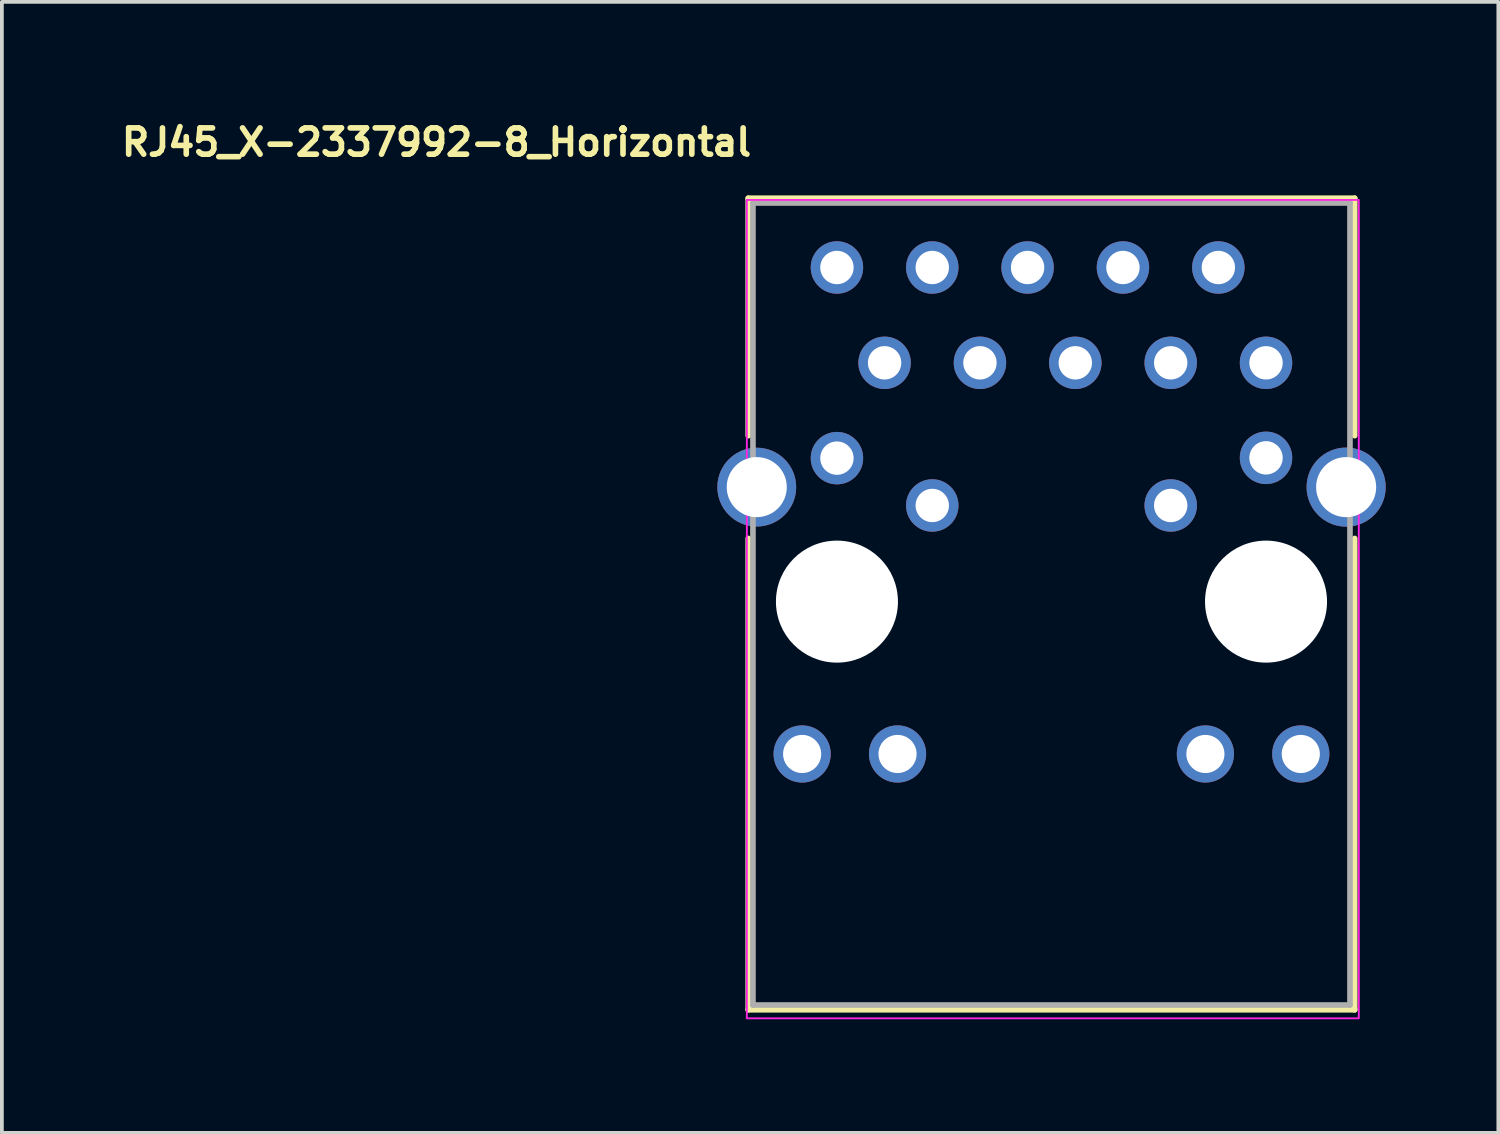
<source format=kicad_pcb>
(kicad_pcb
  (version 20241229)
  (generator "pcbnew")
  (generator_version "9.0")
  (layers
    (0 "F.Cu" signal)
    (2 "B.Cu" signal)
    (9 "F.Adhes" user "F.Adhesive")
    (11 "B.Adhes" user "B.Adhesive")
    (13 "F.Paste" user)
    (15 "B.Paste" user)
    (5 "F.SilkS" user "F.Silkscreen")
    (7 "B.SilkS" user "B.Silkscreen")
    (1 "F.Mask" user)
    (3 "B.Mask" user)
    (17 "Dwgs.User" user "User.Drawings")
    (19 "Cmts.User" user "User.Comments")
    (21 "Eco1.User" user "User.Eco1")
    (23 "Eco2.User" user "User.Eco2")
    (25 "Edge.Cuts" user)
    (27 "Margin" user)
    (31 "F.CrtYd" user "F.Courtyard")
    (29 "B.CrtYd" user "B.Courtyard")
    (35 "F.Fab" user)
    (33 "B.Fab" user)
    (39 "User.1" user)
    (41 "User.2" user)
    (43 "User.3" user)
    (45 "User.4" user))
  (footprint "RJ45_X-2337992-8_Horizontal"
    (layer "F.Cu")
    (at 19.243 4.075)
    (property "Reference" "RJ45_X-2337992-8_Horizontal" (at -2.2 -2.925 180) (layer "F.SilkS") (effects (font (size 0.7 0.7) (thickness 0.15)) (justify right bottom)))
    (attr through_hole)
    (fp_line (start -2.363 -1.845) (end -2.363 4.48) (stroke (width 0.15) (type solid)) (layer "F.SilkS"))
    (fp_line (start -2.363 7.217) (end -2.363 19.771) (stroke (width 0.15) (type solid)) (layer "F.SilkS"))
    (fp_line (start -2.363 19.771) (end 13.791 19.771) (stroke (width 0.15) (type solid)) (layer "F.SilkS"))
    (fp_line (start 13.791 -1.845) (end -2.363 -1.845) (stroke (width 0.15) (type solid)) (layer "F.SilkS"))
    (fp_line (start 13.791 4.48) (end 13.791 -1.845) (stroke (width 0.15) (type solid)) (layer "F.SilkS"))
    (fp_line (start 13.791 19.771) (end 13.791 7.217) (stroke (width 0.15) (type solid)) (layer "F.SilkS"))
    (fp_rect (start -2.4 -1.8) (end 13.9 19.999) (stroke (width 0.05) (type solid)) (fill no) (layer "F.CrtYd"))
    (fp_line (start -2.237 -1.718) (end -2.237 19.644) (stroke (width 0.15) (type solid)) (layer "F.Fab"))
    (fp_line (start -2.237 19.644) (end 13.665 19.644) (stroke (width 0.15) (type solid)) (layer "F.Fab"))
    (fp_line (start 13.665 -1.718) (end -2.237 -1.718) (stroke (width 0.15) (type solid)) (layer "F.Fab"))
    (fp_line (start 13.665 19.644) (end 13.665 -1.718) (stroke (width 0.15) (type solid)) (layer "F.Fab"))
    (fp_rect (start -2.351 -1.601) (end 13.848 19.999) (stroke (width 0.1) (type solid)) (fill no) (layer "User.5"))
    (fp_line (start -2.351 5.922) (end -2.351 5.95) (stroke (width 0.02) (type solid)) (layer "User.9"))
    (fp_line (start -2.351 5.95) (end -2.351 5.95) (stroke (width 0.02) (type solid)) (layer "User.9"))
    (fp_line (start -2.351 5.95) (end -2.351 5.975) (stroke (width 0.02) (type solid)) (layer "User.9"))
    (fp_line (start -2.351 5.975) (end -2.348 6.002) (stroke (width 0.02) (type solid)) (layer "User.9"))
    (fp_line (start -2.348 5.895) (end -2.351 5.922) (stroke (width 0.02) (type solid)) (layer "User.9"))
    (fp_line (start -2.348 6.002) (end -2.346 6.028) (stroke (width 0.02) (type solid)) (layer "User.9"))
    (fp_line (start -2.346 5.869) (end -2.348 5.895) (stroke (width 0.02) (type solid)) (layer "User.9"))
    (fp_line (start -2.346 6.028) (end -2.342 6.054) (stroke (width 0.02) (type solid)) (layer "User.9"))
    (fp_line (start -2.342 5.844) (end -2.346 5.869) (stroke (width 0.02) (type solid)) (layer "User.9"))
    (fp_line (start -2.342 6.054) (end -2.335 6.081) (stroke (width 0.02) (type solid)) (layer "User.9"))
    (fp_line (start -2.335 5.818) (end -2.342 5.844) (stroke (width 0.02) (type solid)) (layer "User.9"))
    (fp_line (start -2.335 6.081) (end -2.33 6.107) (stroke (width 0.02) (type solid)) (layer "User.9"))
    (fp_line (start -2.33 5.791) (end -2.335 5.818) (stroke (width 0.02) (type solid)) (layer "User.9"))
    (fp_line (start -2.33 6.107) (end -2.322 6.132) (stroke (width 0.02) (type solid)) (layer "User.9"))
    (fp_line (start -2.322 5.767) (end -2.33 5.791) (stroke (width 0.02) (type solid)) (layer "User.9"))
    (fp_line (start -2.322 6.132) (end -2.312 6.156) (stroke (width 0.02) (type solid)) (layer "User.9"))
    (fp_line (start -2.312 5.741) (end -2.322 5.767) (stroke (width 0.02) (type solid)) (layer "User.9"))
    (fp_line (start -2.312 6.156) (end -2.302 6.182) (stroke (width 0.02) (type solid)) (layer "User.9"))
    (fp_line (start -2.302 5.717) (end -2.312 5.741) (stroke (width 0.02) (type solid)) (layer "User.9"))
    (fp_line (start -2.302 6.182) (end -2.29 6.206) (stroke (width 0.02) (type solid)) (layer "User.9"))
    (fp_line (start -2.29 5.693) (end -2.302 5.717) (stroke (width 0.02) (type solid)) (layer "User.9"))
    (fp_line (start -2.29 6.206) (end -2.278 6.228) (stroke (width 0.02) (type solid)) (layer "User.9"))
    (fp_line (start -2.278 5.669) (end -2.29 5.693) (stroke (width 0.02) (type solid)) (layer "User.9"))
    (fp_line (start -2.278 6.228) (end -2.265 6.251) (stroke (width 0.02) (type solid)) (layer "User.9"))
    (fp_line (start -2.265 5.647) (end -2.278 5.669) (stroke (width 0.02) (type solid)) (layer "User.9"))
    (fp_line (start -2.265 6.251) (end -2.25 6.273) (stroke (width 0.02) (type solid)) (layer "User.9"))
    (fp_line (start -2.25 5.624) (end -2.265 5.647) (stroke (width 0.02) (type solid)) (layer "User.9"))
    (fp_line (start -2.25 6.273) (end -2.234 6.296) (stroke (width 0.02) (type solid)) (layer "User.9"))
    (fp_line (start -2.234 5.602) (end -2.25 5.624) (stroke (width 0.02) (type solid)) (layer "User.9"))
    (fp_line (start -2.234 6.296) (end -2.218 6.317) (stroke (width 0.02) (type solid)) (layer "User.9"))
    (fp_line (start -2.218 5.581) (end -2.234 5.602) (stroke (width 0.02) (type solid)) (layer "User.9"))
    (fp_line (start -2.218 6.317) (end -2.202 6.336) (stroke (width 0.02) (type solid)) (layer "User.9"))
    (fp_line (start -2.202 5.562) (end -2.218 5.581) (stroke (width 0.02) (type solid)) (layer "User.9"))
    (fp_line (start -2.202 19.548) (end -2.202 -1.401) (stroke (width 0.02) (type solid)) (layer "User.9"))
    (fp_line (start -2.202 19.548) (end -2.201 19.559) (stroke (width 0.02) (type solid)) (layer "User.9"))
    (fp_line (start -2.201 -1.42) (end -2.201 -1.41) (stroke (width 0.02) (type solid)) (layer "User.9"))
    (fp_line (start -2.201 -1.41) (end -2.202 -1.401) (stroke (width 0.02) (type solid)) (layer "User.9"))
    (fp_line (start -2.201 19.559) (end -2.201 19.568) (stroke (width 0.02) (type solid)) (layer "User.9"))
    (fp_line (start -2.201 19.568) (end -2.198 19.579) (stroke (width 0.02) (type solid)) (layer "User.9"))
    (fp_line (start -2.198 -1.44) (end -2.198 -1.43) (stroke (width 0.02) (type solid)) (layer "User.9"))
    (fp_line (start -2.198 -1.43) (end -2.201 -1.42) (stroke (width 0.02) (type solid)) (layer "User.9"))
    (fp_line (start -2.198 19.579) (end -2.198 19.588) (stroke (width 0.02) (type solid)) (layer "User.9"))
    (fp_line (start -2.198 19.588) (end -2.194 19.597) (stroke (width 0.02) (type solid)) (layer "User.9"))
    (fp_line (start -2.194 -1.45) (end -2.198 -1.44) (stroke (width 0.02) (type solid)) (layer "User.9"))
    (fp_line (start -2.194 19.597) (end -2.193 19.608) (stroke (width 0.02) (type solid)) (layer "User.9"))
    (fp_line (start -2.193 -1.46) (end -2.194 -1.45) (stroke (width 0.02) (type solid)) (layer "User.9"))
    (fp_line (start -2.193 19.608) (end -2.19 19.617) (stroke (width 0.02) (type solid)) (layer "User.9"))
    (fp_line (start -2.19 -1.468) (end -2.193 -1.46) (stroke (width 0.02) (type solid)) (layer "User.9"))
    (fp_line (start -2.19 19.617) (end -2.186 19.626) (stroke (width 0.02) (type solid)) (layer "User.9"))
    (fp_line (start -2.186 -1.478) (end -2.19 -1.468) (stroke (width 0.02) (type solid)) (layer "User.9"))
    (fp_line (start -2.186 19.626) (end -2.182 19.635) (stroke (width 0.02) (type solid)) (layer "User.9"))
    (fp_line (start -2.182 -1.486) (end -2.186 -1.478) (stroke (width 0.02) (type solid)) (layer "User.9"))
    (fp_line (start -2.182 19.635) (end -2.178 19.644) (stroke (width 0.02) (type solid)) (layer "User.9"))
    (fp_line (start -2.178 -1.496) (end -2.182 -1.486) (stroke (width 0.02) (type solid)) (layer "User.9"))
    (fp_line (start -2.178 19.644) (end -2.173 19.652) (stroke (width 0.02) (type solid)) (layer "User.9"))
    (fp_line (start -2.173 -1.504) (end -2.178 -1.496) (stroke (width 0.02) (type solid)) (layer "User.9"))
    (fp_line (start -2.173 19.652) (end -2.168 19.659) (stroke (width 0.02) (type solid)) (layer "User.9"))
    (fp_line (start -2.168 -1.512) (end -2.173 -1.504) (stroke (width 0.02) (type solid)) (layer "User.9"))
    (fp_line (start -2.168 19.659) (end -2.161 19.667) (stroke (width 0.02) (type solid)) (layer "User.9"))
    (fp_line (start -2.161 -1.52) (end -2.168 -1.512) (stroke (width 0.02) (type solid)) (layer "User.9"))
    (fp_line (start -2.161 19.667) (end -2.156 19.676) (stroke (width 0.02) (type solid)) (layer "User.9"))
    (fp_line (start -2.156 -1.528) (end -2.161 -1.52) (stroke (width 0.02) (type solid)) (layer "User.9"))
    (fp_line (start -2.156 19.676) (end -2.149 19.684) (stroke (width 0.02) (type solid)) (layer "User.9"))
    (fp_line (start -2.149 -1.536) (end -2.156 -1.528) (stroke (width 0.02) (type solid)) (layer "User.9"))
    (fp_line (start -2.149 19.684) (end -2.142 19.69) (stroke (width 0.02) (type solid)) (layer "User.9"))
    (fp_line (start -2.142 -1.543) (end -2.149 -1.536) (stroke (width 0.02) (type solid)) (layer "User.9"))
    (fp_line (start -2.142 -1.543) (end -2.142 -1.543) (stroke (width 0.02) (type solid)) (layer "User.9"))
    (fp_line (start -2.142 19.69) (end -2.142 19.69) (stroke (width 0.02) (type solid)) (layer "User.9"))
    (fp_line (start -2.142 19.69) (end -2.136 19.697) (stroke (width 0.02) (type solid)) (layer "User.9"))
    (fp_line (start -2.136 -1.549) (end -2.142 -1.543) (stroke (width 0.02) (type solid)) (layer "User.9"))
    (fp_line (start -2.136 19.697) (end -2.128 19.704) (stroke (width 0.02) (type solid)) (layer "User.9"))
    (fp_line (start -2.128 -1.555) (end -2.136 -1.549) (stroke (width 0.02) (type solid)) (layer "User.9"))
    (fp_line (start -2.128 19.704) (end -2.12 19.71) (stroke (width 0.02) (type solid)) (layer "User.9"))
    (fp_line (start -2.12 -1.561) (end -2.128 -1.555) (stroke (width 0.02) (type solid)) (layer "User.9"))
    (fp_line (start -2.12 19.71) (end -2.112 19.716) (stroke (width 0.02) (type solid)) (layer "User.9"))
    (fp_line (start -2.112 -1.567) (end -2.12 -1.561) (stroke (width 0.02) (type solid)) (layer "User.9"))
    (fp_line (start -2.112 19.716) (end -2.104 19.72) (stroke (width 0.02) (type solid)) (layer "User.9"))
    (fp_line (start -2.104 -1.573) (end -2.112 -1.567) (stroke (width 0.02) (type solid)) (layer "User.9"))
    (fp_line (start -2.104 19.72) (end -2.096 19.725) (stroke (width 0.02) (type solid)) (layer "User.9"))
    (fp_line (start -2.096 -1.577) (end -2.104 -1.573) (stroke (width 0.02) (type solid)) (layer "User.9"))
    (fp_line (start -2.096 19.725) (end -2.086 19.73) (stroke (width 0.02) (type solid)) (layer "User.9"))
    (fp_line (start -2.086 -1.581) (end -2.096 -1.577) (stroke (width 0.02) (type solid)) (layer "User.9"))
    (fp_line (start -2.086 19.73) (end -2.077 19.734) (stroke (width 0.02) (type solid)) (layer "User.9"))
    (fp_line (start -2.077 -1.585) (end -2.086 -1.581) (stroke (width 0.02) (type solid)) (layer "User.9"))
    (fp_line (start -2.077 19.734) (end -2.069 19.737) (stroke (width 0.02) (type solid)) (layer "User.9"))
    (fp_line (start -2.069 -1.589) (end -2.077 -1.585) (stroke (width 0.02) (type solid)) (layer "User.9"))
    (fp_line (start -2.069 19.737) (end -2.06 19.74) (stroke (width 0.02) (type solid)) (layer "User.9"))
    (fp_line (start -2.06 -1.593) (end -2.069 -1.589) (stroke (width 0.02) (type solid)) (layer "User.9"))
    (fp_line (start -2.06 19.74) (end -2.049 19.743) (stroke (width 0.02) (type solid)) (layer "User.9"))
    (fp_line (start -2.049 -1.595) (end -2.06 -1.593) (stroke (width 0.02) (type solid)) (layer "User.9"))
    (fp_line (start -2.049 19.743) (end -2.04 19.745) (stroke (width 0.02) (type solid)) (layer "User.9"))
    (fp_line (start -2.04 -1.597) (end -2.049 -1.595) (stroke (width 0.02) (type solid)) (layer "User.9"))
    (fp_line (start -2.04 19.745) (end -2.031 19.746) (stroke (width 0.02) (type solid)) (layer "User.9"))
    (fp_line (start -2.031 -1.599) (end -2.04 -1.597) (stroke (width 0.02) (type solid)) (layer "User.9"))
    (fp_line (start -2.031 19.746) (end -2.02 19.748) (stroke (width 0.02) (type solid)) (layer "User.9"))
    (fp_line (start -2.02 -1.601) (end -2.031 -1.599) (stroke (width 0.02) (type solid)) (layer "User.9"))
    (fp_line (start -2.02 19.748) (end -2.011 19.748) (stroke (width 0.02) (type solid)) (layer "User.9"))
    (fp_line (start -2.011 -1.601) (end -2.02 -1.601) (stroke (width 0.02) (type solid)) (layer "User.9"))
    (fp_line (start -2.011 19.748) (end -2 19.748) (stroke (width 0.02) (type solid)) (layer "User.9"))
    (fp_line (start -2 -1.601) (end -2.011 -1.601) (stroke (width 0.02) (type solid)) (layer "User.9"))
    (fp_line (start -2 -1.601) (end 13.499 -1.601) (stroke (width 0.02) (type solid)) (layer "User.9"))
    (fp_line (start -2 -1.401) (end -2 -1.601) (stroke (width 0.02) (type solid)) (layer "User.9"))
    (fp_line (start -2 19.548) (end -2.202 19.548) (stroke (width 0.02) (type solid)) (layer "User.9"))
    (fp_line (start -2 19.748) (end -2 19.548) (stroke (width 0.02) (type solid)) (layer "User.9"))
    (fp_line (start -0.589 19.748) (end -0.475 19.807) (stroke (width 0.02) (type solid)) (layer "User.9"))
    (fp_line (start -0.475 19.807) (end -0.357 19.859) (stroke (width 0.02) (type solid)) (layer "User.9"))
    (fp_line (start -0.357 19.859) (end -0.239 19.902) (stroke (width 0.02) (type solid)) (layer "User.9"))
    (fp_line (start -0.239 19.902) (end -0.118 19.937) (stroke (width 0.02) (type solid)) (layer "User.9"))
    (fp_line (start -0.118 19.937) (end 0.006 19.964) (stroke (width 0.02) (type solid)) (layer "User.9"))
    (fp_line (start 0.006 19.964) (end 0.13 19.984) (stroke (width 0.02) (type solid)) (layer "User.9"))
    (fp_line (start 0.13 19.984) (end 0.253 19.995) (stroke (width 0.02) (type solid)) (layer "User.9"))
    (fp_line (start 0.253 19.995) (end 0.379 19.999) (stroke (width 0.02) (type solid)) (layer "User.9"))
    (fp_line (start 0.379 19.999) (end 0.504 19.995) (stroke (width 0.02) (type solid)) (layer "User.9"))
    (fp_line (start 0.504 19.995) (end 0.628 19.984) (stroke (width 0.02) (type solid)) (layer "User.9"))
    (fp_line (start 0.628 19.984) (end 0.752 19.964) (stroke (width 0.02) (type solid)) (layer "User.9"))
    (fp_line (start 0.752 19.964) (end 0.875 19.937) (stroke (width 0.02) (type solid)) (layer "User.9"))
    (fp_line (start 0.875 19.937) (end 0.996 19.902) (stroke (width 0.02) (type solid)) (layer "User.9"))
    (fp_line (start 0.996 19.902) (end 1.116 19.859) (stroke (width 0.02) (type solid)) (layer "User.9"))
    (fp_line (start 1.116 19.859) (end 1.233 19.807) (stroke (width 0.02) (type solid)) (layer "User.9"))
    (fp_line (start 1.233 19.807) (end 1.348 19.748) (stroke (width 0.02) (type solid)) (layer "User.9"))
    (fp_line (start 10.15 19.748) (end 10.265 19.807) (stroke (width 0.02) (type solid)) (layer "User.9"))
    (fp_line (start 10.265 19.807) (end 10.383 19.859) (stroke (width 0.02) (type solid)) (layer "User.9"))
    (fp_line (start 10.383 19.859) (end 10.502 19.902) (stroke (width 0.02) (type solid)) (layer "User.9"))
    (fp_line (start 10.502 19.902) (end 10.623 19.937) (stroke (width 0.02) (type solid)) (layer "User.9"))
    (fp_line (start 10.623 19.937) (end 10.746 19.964) (stroke (width 0.02) (type solid)) (layer "User.9"))
    (fp_line (start 10.746 19.964) (end 10.87 19.984) (stroke (width 0.02) (type solid)) (layer "User.9"))
    (fp_line (start 10.87 19.984) (end 10.995 19.995) (stroke (width 0.02) (type solid)) (layer "User.9"))
    (fp_line (start 10.995 19.995) (end 11.118 19.998) (stroke (width 0.02) (type solid)) (layer "User.9"))
    (fp_line (start 11.118 19.998) (end 11.243 19.995) (stroke (width 0.02) (type solid)) (layer "User.9"))
    (fp_line (start 11.243 19.995) (end 11.368 19.984) (stroke (width 0.02) (type solid)) (layer "User.9"))
    (fp_line (start 11.368 19.984) (end 11.493 19.964) (stroke (width 0.02) (type solid)) (layer "User.9"))
    (fp_line (start 11.493 19.964) (end 11.615 19.937) (stroke (width 0.02) (type solid)) (layer "User.9"))
    (fp_line (start 11.615 19.937) (end 11.736 19.902) (stroke (width 0.02) (type solid)) (layer "User.9"))
    (fp_line (start 11.736 19.902) (end 11.855 19.859) (stroke (width 0.02) (type solid)) (layer "User.9"))
    (fp_line (start 11.855 19.859) (end 11.973 19.807) (stroke (width 0.02) (type solid)) (layer "User.9"))
    (fp_line (start 11.973 19.807) (end 12.088 19.748) (stroke (width 0.02) (type solid)) (layer "User.9"))
    (fp_line (start 13.499 -1.601) (end 13.499 -1.401) (stroke (width 0.02) (type solid)) (layer "User.9"))
    (fp_line (start 13.499 19.748) (end -2 19.748) (stroke (width 0.02) (type solid)) (layer "User.9"))
    (fp_line (start 13.499 19.748) (end 13.509 19.748) (stroke (width 0.02) (type solid)) (layer "User.9"))
    (fp_line (start 13.509 -1.601) (end 13.499 -1.601) (stroke (width 0.02) (type solid)) (layer "User.9"))
    (fp_line (start 13.509 19.748) (end 13.518 19.748) (stroke (width 0.02) (type solid)) (layer "User.9"))
    (fp_line (start 13.518 19.748) (end 13.528 19.746) (stroke (width 0.02) (type solid)) (layer "User.9"))
    (fp_line (start 13.519 -1.599) (end 13.509 -1.601) (stroke (width 0.02) (type solid)) (layer "User.9"))
    (fp_line (start 13.528 19.746) (end 13.538 19.745) (stroke (width 0.02) (type solid)) (layer "User.9"))
    (fp_line (start 13.53 -1.599) (end 13.519 -1.599) (stroke (width 0.02) (type solid)) (layer "User.9"))
    (fp_line (start 13.538 19.745) (end 13.547 19.743) (stroke (width 0.02) (type solid)) (layer "User.9"))
    (fp_line (start 13.54 -1.597) (end 13.53 -1.599) (stroke (width 0.02) (type solid)) (layer "User.9"))
    (fp_line (start 13.547 19.743) (end 13.557 19.74) (stroke (width 0.02) (type solid)) (layer "User.9"))
    (fp_line (start 13.548 -1.595) (end 13.54 -1.597) (stroke (width 0.02) (type solid)) (layer "User.9"))
    (fp_line (start 13.557 19.74) (end 13.566 19.737) (stroke (width 0.02) (type solid)) (layer "User.9"))
    (fp_line (start 13.559 -1.593) (end 13.548 -1.595) (stroke (width 0.02) (type solid)) (layer "User.9"))
    (fp_line (start 13.566 19.737) (end 13.576 19.734) (stroke (width 0.02) (type solid)) (layer "User.9"))
    (fp_line (start 13.567 -1.589) (end 13.559 -1.593) (stroke (width 0.02) (type solid)) (layer "User.9"))
    (fp_line (start 13.576 -1.585) (end 13.567 -1.589) (stroke (width 0.02) (type solid)) (layer "User.9"))
    (fp_line (start 13.576 19.734) (end 13.585 19.73) (stroke (width 0.02) (type solid)) (layer "User.9"))
    (fp_line (start 13.585 19.73) (end 13.593 19.725) (stroke (width 0.02) (type solid)) (layer "User.9"))
    (fp_line (start 13.586 -1.581) (end 13.576 -1.585) (stroke (width 0.02) (type solid)) (layer "User.9"))
    (fp_line (start 13.593 19.725) (end 13.602 19.72) (stroke (width 0.02) (type solid)) (layer "User.9"))
    (fp_line (start 13.595 -1.577) (end 13.586 -1.581) (stroke (width 0.02) (type solid)) (layer "User.9"))
    (fp_line (start 13.602 -1.573) (end 13.595 -1.577) (stroke (width 0.02) (type solid)) (layer "User.9"))
    (fp_line (start 13.602 19.72) (end 13.609 19.716) (stroke (width 0.02) (type solid)) (layer "User.9"))
    (fp_line (start 13.609 19.716) (end 13.618 19.71) (stroke (width 0.02) (type solid)) (layer "User.9"))
    (fp_line (start 13.611 -1.567) (end 13.602 -1.573) (stroke (width 0.02) (type solid)) (layer "User.9"))
    (fp_line (start 13.618 -1.561) (end 13.611 -1.567) (stroke (width 0.02) (type solid)) (layer "User.9"))
    (fp_line (start 13.618 19.71) (end 13.625 19.704) (stroke (width 0.02) (type solid)) (layer "User.9"))
    (fp_line (start 13.625 19.704) (end 13.634 19.697) (stroke (width 0.02) (type solid)) (layer "User.9"))
    (fp_line (start 13.627 -1.555) (end 13.618 -1.561) (stroke (width 0.02) (type solid)) (layer "User.9"))
    (fp_line (start 13.634 -1.549) (end 13.627 -1.555) (stroke (width 0.02) (type solid)) (layer "User.9"))
    (fp_line (start 13.634 19.697) (end 13.64 19.69) (stroke (width 0.02) (type solid)) (layer "User.9"))
    (fp_line (start 13.64 -1.543) (end 13.634 -1.549) (stroke (width 0.02) (type solid)) (layer "User.9"))
    (fp_line (start 13.64 19.69) (end 13.64 19.69) (stroke (width 0.02) (type solid)) (layer "User.9"))
    (fp_line (start 13.64 19.69) (end 13.647 19.684) (stroke (width 0.02) (type solid)) (layer "User.9"))
    (fp_line (start 13.647 -1.536) (end 13.64 -1.543) (stroke (width 0.02) (type solid)) (layer "User.9"))
    (fp_line (start 13.647 19.684) (end 13.653 19.676) (stroke (width 0.02) (type solid)) (layer "User.9"))
    (fp_line (start 13.653 -1.528) (end 13.647 -1.536) (stroke (width 0.02) (type solid)) (layer "User.9"))
    (fp_line (start 13.653 19.676) (end 13.659 19.667) (stroke (width 0.02) (type solid)) (layer "User.9"))
    (fp_line (start 13.659 -1.52) (end 13.653 -1.528) (stroke (width 0.02) (type solid)) (layer "User.9"))
    (fp_line (start 13.659 19.667) (end 13.666 19.659) (stroke (width 0.02) (type solid)) (layer "User.9"))
    (fp_line (start 13.665 -1.512) (end 13.659 -1.52) (stroke (width 0.02) (type solid)) (layer "User.9"))
    (fp_line (start 13.666 19.659) (end 13.671 19.652) (stroke (width 0.02) (type solid)) (layer "User.9"))
    (fp_line (start 13.671 -1.504) (end 13.665 -1.512) (stroke (width 0.02) (type solid)) (layer "User.9"))
    (fp_line (start 13.671 19.652) (end 13.675 19.644) (stroke (width 0.02) (type solid)) (layer "User.9"))
    (fp_line (start 13.675 -1.496) (end 13.671 -1.504) (stroke (width 0.02) (type solid)) (layer "User.9"))
    (fp_line (start 13.675 19.644) (end 13.679 19.635) (stroke (width 0.02) (type solid)) (layer "User.9"))
    (fp_line (start 13.679 -1.488) (end 13.675 -1.496) (stroke (width 0.02) (type solid)) (layer "User.9"))
    (fp_line (start 13.679 19.635) (end 13.684 19.626) (stroke (width 0.02) (type solid)) (layer "User.9"))
    (fp_line (start 13.684 -1.478) (end 13.679 -1.488) (stroke (width 0.02) (type solid)) (layer "User.9"))
    (fp_line (start 13.684 19.626) (end 13.688 19.617) (stroke (width 0.02) (type solid)) (layer "User.9"))
    (fp_line (start 13.687 -1.47) (end 13.684 -1.478) (stroke (width 0.02) (type solid)) (layer "User.9"))
    (fp_line (start 13.688 19.617) (end 13.691 19.608) (stroke (width 0.02) (type solid)) (layer "User.9"))
    (fp_line (start 13.691 -1.46) (end 13.687 -1.47) (stroke (width 0.02) (type solid)) (layer "User.9"))
    (fp_line (start 13.691 19.608) (end 13.692 19.597) (stroke (width 0.02) (type solid)) (layer "User.9"))
    (fp_line (start 13.692 -1.45) (end 13.691 -1.46) (stroke (width 0.02) (type solid)) (layer "User.9"))
    (fp_line (start 13.692 19.597) (end 13.695 19.588) (stroke (width 0.02) (type solid)) (layer "User.9"))
    (fp_line (start 13.694 -1.442) (end 13.692 -1.45) (stroke (width 0.02) (type solid)) (layer "User.9"))
    (fp_line (start 13.695 19.588) (end 13.697 19.579) (stroke (width 0.02) (type solid)) (layer "User.9"))
    (fp_line (start 13.697 -1.432) (end 13.694 -1.442) (stroke (width 0.02) (type solid)) (layer "User.9"))
    (fp_line (start 13.697 19.579) (end 13.698 19.568) (stroke (width 0.02) (type solid)) (layer "User.9"))
    (fp_line (start 13.698 -1.422) (end 13.697 -1.432) (stroke (width 0.02) (type solid)) (layer "User.9"))
    (fp_line (start 13.698 -1.412) (end 13.698 -1.422) (stroke (width 0.02) (type solid)) (layer "User.9"))
    (fp_line (start 13.698 -1.401) (end 13.698 -1.412) (stroke (width 0.02) (type solid)) (layer "User.9"))
    (fp_line (start 13.698 5.562) (end 13.707 5.57) (stroke (width 0.02) (type solid)) (layer "User.9"))
    (fp_line (start 13.698 6.336) (end 13.717 6.317) (stroke (width 0.02) (type solid)) (layer "User.9"))
    (fp_line (start 13.698 19.548) (end 13.499 19.548) (stroke (width 0.02) (type solid)) (layer "User.9"))
    (fp_line (start 13.698 19.548) (end 13.698 -1.401) (stroke (width 0.02) (type solid)) (layer "User.9"))
    (fp_line (start 13.698 19.559) (end 13.698 19.548) (stroke (width 0.02) (type solid)) (layer "User.9"))
    (fp_line (start 13.698 19.568) (end 13.698 19.559) (stroke (width 0.02) (type solid)) (layer "User.9"))
    (fp_line (start 13.707 5.57) (end 13.714 5.578) (stroke (width 0.02) (type solid)) (layer "User.9"))
    (fp_line (start 13.714 5.578) (end 13.72 5.586) (stroke (width 0.02) (type solid)) (layer "User.9"))
    (fp_line (start 13.717 5.581) (end 13.698 5.562) (stroke (width 0.02) (type solid)) (layer "User.9"))
    (fp_line (start 13.717 6.317) (end 13.733 6.296) (stroke (width 0.02) (type solid)) (layer "User.9"))
    (fp_line (start 13.72 5.586) (end 13.727 5.594) (stroke (width 0.02) (type solid)) (layer "User.9"))
    (fp_line (start 13.727 5.594) (end 13.733 5.602) (stroke (width 0.02) (type solid)) (layer "User.9"))
    (fp_line (start 13.733 5.602) (end 13.717 5.581) (stroke (width 0.02) (type solid)) (layer "User.9"))
    (fp_line (start 13.733 5.602) (end 13.739 5.611) (stroke (width 0.02) (type solid)) (layer "User.9"))
    (fp_line (start 13.733 6.296) (end 13.749 6.273) (stroke (width 0.02) (type solid)) (layer "User.9"))
    (fp_line (start 13.739 5.611) (end 13.746 5.619) (stroke (width 0.02) (type solid)) (layer "User.9"))
    (fp_line (start 13.746 5.619) (end 13.752 5.629) (stroke (width 0.02) (type solid)) (layer "User.9"))
    (fp_line (start 13.749 5.624) (end 13.733 5.602) (stroke (width 0.02) (type solid)) (layer "User.9"))
    (fp_line (start 13.749 6.273) (end 13.762 6.251) (stroke (width 0.02) (type solid)) (layer "User.9"))
    (fp_line (start 13.752 5.629) (end 13.758 5.637) (stroke (width 0.02) (type solid)) (layer "User.9"))
    (fp_line (start 13.758 5.637) (end 13.762 5.647) (stroke (width 0.02) (type solid)) (layer "User.9"))
    (fp_line (start 13.762 5.647) (end 13.749 5.624) (stroke (width 0.02) (type solid)) (layer "User.9"))
    (fp_line (start 13.762 5.647) (end 13.768 5.655) (stroke (width 0.02) (type solid)) (layer "User.9"))
    (fp_line (start 13.762 6.251) (end 13.777 6.228) (stroke (width 0.02) (type solid)) (layer "User.9"))
    (fp_line (start 13.768 5.655) (end 13.774 5.664) (stroke (width 0.02) (type solid)) (layer "User.9"))
    (fp_line (start 13.774 5.664) (end 13.778 5.674) (stroke (width 0.02) (type solid)) (layer "User.9"))
    (fp_line (start 13.777 5.669) (end 13.762 5.647) (stroke (width 0.02) (type solid)) (layer "User.9"))
    (fp_line (start 13.777 6.228) (end 13.788 6.206) (stroke (width 0.02) (type solid)) (layer "User.9"))
    (fp_line (start 13.778 5.674) (end 13.784 5.684) (stroke (width 0.02) (type solid)) (layer "User.9"))
    (fp_line (start 13.784 5.684) (end 13.788 5.693) (stroke (width 0.02) (type solid)) (layer "User.9"))
    (fp_line (start 13.788 5.693) (end 13.777 5.669) (stroke (width 0.02) (type solid)) (layer "User.9"))
    (fp_line (start 13.788 5.693) (end 13.794 5.703) (stroke (width 0.02) (type solid)) (layer "User.9"))
    (fp_line (start 13.788 6.206) (end 13.8 6.182) (stroke (width 0.02) (type solid)) (layer "User.9"))
    (fp_line (start 13.8 5.717) (end 13.788 5.693) (stroke (width 0.02) (type solid)) (layer "User.9"))
    (fp_line (start 13.8 6.182) (end 13.81 6.156) (stroke (width 0.02) (type solid)) (layer "User.9"))
    (fp_line (start 13.81 5.741) (end 13.8 5.717) (stroke (width 0.02) (type solid)) (layer "User.9"))
    (fp_line (start 13.81 6.156) (end 13.819 6.132) (stroke (width 0.02) (type solid)) (layer "User.9"))
    (fp_line (start 13.819 5.767) (end 13.81 5.741) (stroke (width 0.02) (type solid)) (layer "User.9"))
    (fp_line (start 13.819 6.132) (end 13.827 6.107) (stroke (width 0.02) (type solid)) (layer "User.9"))
    (fp_line (start 13.827 5.791) (end 13.819 5.767) (stroke (width 0.02) (type solid)) (layer "User.9"))
    (fp_line (start 13.827 6.107) (end 13.833 6.081) (stroke (width 0.02) (type solid)) (layer "User.9"))
    (fp_line (start 13.833 5.818) (end 13.827 5.791) (stroke (width 0.02) (type solid)) (layer "User.9"))
    (fp_line (start 13.833 6.081) (end 13.839 6.054) (stroke (width 0.02) (type solid)) (layer "User.9"))
    (fp_line (start 13.839 5.844) (end 13.833 5.818) (stroke (width 0.02) (type solid)) (layer "User.9"))
    (fp_line (start 13.839 6.054) (end 13.843 6.028) (stroke (width 0.02) (type solid)) (layer "User.9"))
    (fp_line (start 13.843 5.869) (end 13.839 5.844) (stroke (width 0.02) (type solid)) (layer "User.9"))
    (fp_line (start 13.843 6.028) (end 13.846 6.002) (stroke (width 0.02) (type solid)) (layer "User.9"))
    (fp_line (start 13.846 5.895) (end 13.843 5.869) (stroke (width 0.02) (type solid)) (layer "User.9"))
    (fp_line (start 13.846 6.002) (end 13.848 5.975) (stroke (width 0.02) (type solid)) (layer "User.9"))
    (fp_line (start 13.848 5.922) (end 13.846 5.895) (stroke (width 0.02) (type solid)) (layer "User.9"))
    (fp_line (start 13.848 5.95) (end 13.848 5.922) (stroke (width 0.02) (type solid)) (layer "User.9"))
    (fp_line (start 13.848 5.95) (end 13.848 5.95) (stroke (width 0.02) (type solid)) (layer "User.9"))
    (fp_line (start 13.848 5.975) (end 13.848 5.95) (stroke (width 0.02) (type solid)) (layer "User.9"))
    (pad "" np_thru_hole circle (at 0 8.9) (size 3.25 3.25) (drill 3.25) (layers "*.Cu" "*.Mask"))
    (pad "" np_thru_hole circle (at 11.429 8.9) (size 3.25 3.25) (drill 3.25) (layers "*.Cu" "*.Mask"))
    (pad "1" thru_hole circle (at 0 0) (size 1.397 1.397) (drill 0.889) (layers "*.Cu" "*.Mask"))
    (pad "2" thru_hole circle (at 1.269 2.539) (size 1.397 1.397) (drill 0.889) (layers "*.Cu" "*.Mask"))
    (pad "3" thru_hole circle (at 2.539 0) (size 1.397 1.397) (drill 0.889) (layers "*.Cu" "*.Mask"))
    (pad "4" thru_hole circle (at 3.809 2.539) (size 1.397 1.397) (drill 0.889) (layers "*.Cu" "*.Mask"))
    (pad "5" thru_hole circle (at 5.078 0) (size 1.397 1.397) (drill 0.889) (layers "*.Cu" "*.Mask"))
    (pad "6" thru_hole circle (at 6.349 2.539) (size 1.397 1.397) (drill 0.889) (layers "*.Cu" "*.Mask"))
    (pad "7" thru_hole circle (at 7.618 0) (size 1.397 1.397) (drill 0.889) (layers "*.Cu" "*.Mask"))
    (pad "8" thru_hole circle (at 8.89 2.539) (size 1.397 1.397) (drill 0.889) (layers "*.Cu" "*.Mask"))
    (pad "9" thru_hole circle (at 10.159 0) (size 1.397 1.397) (drill 0.889) (layers "*.Cu" "*.Mask"))
    (pad "10" thru_hole circle (at 11.429 2.539) (size 1.397 1.397) (drill 0.889) (layers "*.Cu" "*.Mask"))
    (pad "11" thru_hole circle (at 0 5.078) (size 1.397 1.397) (drill 0.889) (layers "*.Cu" "*.Mask"))
    (pad "12" thru_hole circle (at 2.539 6.339) (size 1.397 1.397) (drill 0.889) (layers "*.Cu" "*.Mask"))
    (pad "13" thru_hole circle (at 8.89 6.339) (size 1.397 1.397) (drill 0.889) (layers "*.Cu" "*.Mask"))
    (pad "14" thru_hole circle (at 11.429 5.07) (size 1.397 1.397) (drill 0.889) (layers "*.Cu" "*.Mask"))
    (pad "15" thru_hole circle (at -0.927 12.958) (size 1.524 1.524) (drill 1.016) (layers "*.Cu" "*.Mask"))
    (pad "16" thru_hole circle (at 1.614 12.958) (size 1.524 1.524) (drill 1.016) (layers "*.Cu" "*.Mask"))
    (pad "17" thru_hole circle (at 9.814 12.958) (size 1.524 1.524) (drill 1.016) (layers "*.Cu" "*.Mask"))
    (pad "18" thru_hole circle (at 12.355 12.958) (size 1.524 1.524) (drill 1.016) (layers "*.Cu" "*.Mask"))
    (pad "19" thru_hole circle (at -2.136 5.85) (size 2.1 2.1) (drill 1.6) (layers "*.Cu" "*.Mask"))
    (pad "20" thru_hole circle (at 13.563 5.85) (size 2.108 2.108) (drill 1.6) (layers "*.Cu" "*.Mask")))
  (gr_rect
    (start -3 -3)
    (end 36.86 27.125)
    (stroke (width 0.1) (type default))
    (fill no)
    (layer "Edge.Cuts")))
</source>
